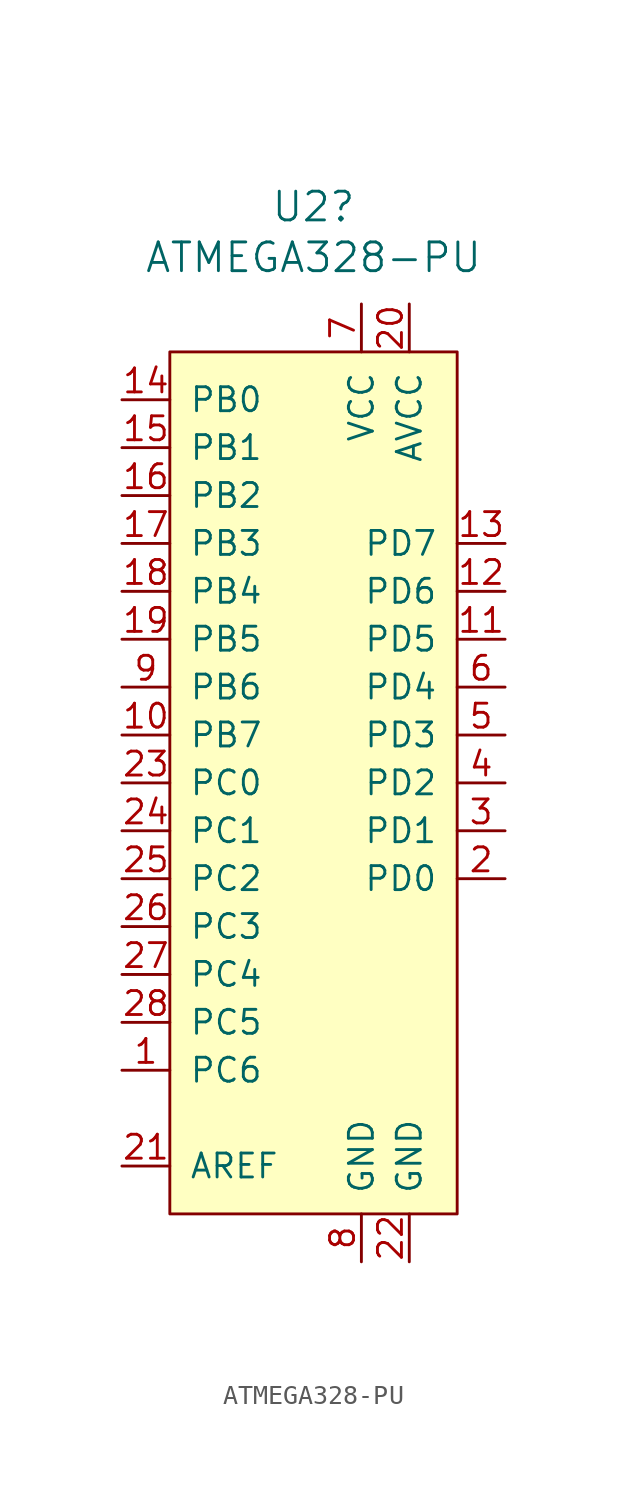
<source format=kicad_sym>
(kicad_symbol_lib
  (version 20211014)
  (generator kicad_symbol_editor)
  (symbol "ATMEGA328-PU"
    (pin_names
      (offset 1.016))
    (property "Reference" "U2"
      (at -2.54 35.636 0)
      (effects (font (size 1.524 1.524))))
    (property "Value" "ATMEGA328-PU"
      (at -2.54 32.944 0)
      (effects (font (size 1.524 1.524))))
    (symbol "ATMEGA328-PU_0_1"
      (rectangle (start -10.16 27.94) (end 5.08 -17.78) (stroke (width 0) (type default) (color 0 0 0 0)) (fill (type background))))
    (symbol "ATMEGA328-PU_1_1"
      (pin bidirectional line (at -12.7 -10.16 0) (length 2.54) (name "PC6" (effects (font (size 1.27 1.27)))) (number "1" (effects (font (size 1.27 1.27)))))
      (pin bidirectional line (at -12.7 7.62 0) (length 2.54) (name "PB7" (effects (font (size 1.27 1.27)))) (number "10" (effects (font (size 1.27 1.27)))))
      (pin bidirectional line (at 7.62 12.7 180) (length 2.54) (name "PD5" (effects (font (size 1.27 1.27)))) (number "11" (effects (font (size 1.27 1.27)))))
      (pin bidirectional line (at 7.62 15.24 180) (length 2.54) (name "PD6" (effects (font (size 1.27 1.27)))) (number "12" (effects (font (size 1.27 1.27)))))
      (pin bidirectional line (at 7.62 17.78 180) (length 2.54) (name "PD7" (effects (font (size 1.27 1.27)))) (number "13" (effects (font (size 1.27 1.27)))))
      (pin bidirectional line (at -12.7 25.4 0) (length 2.54) (name "PB0" (effects (font (size 1.27 1.27)))) (number "14" (effects (font (size 1.27 1.27)))))
      (pin bidirectional line (at -12.7 22.86 0) (length 2.54) (name "PB1" (effects (font (size 1.27 1.27)))) (number "15" (effects (font (size 1.27 1.27)))))
      (pin bidirectional line (at -12.7 20.32 0) (length 2.54) (name "PB2" (effects (font (size 1.27 1.27)))) (number "16" (effects (font (size 1.27 1.27)))))
      (pin bidirectional line (at -12.7 17.78 0) (length 2.54) (name "PB3" (effects (font (size 1.27 1.27)))) (number "17" (effects (font (size 1.27 1.27)))))
      (pin bidirectional line (at -12.7 15.24 0) (length 2.54) (name "PB4" (effects (font (size 1.27 1.27)))) (number "18" (effects (font (size 1.27 1.27)))))
      (pin bidirectional line (at -12.7 12.7 0) (length 2.54) (name "PB5" (effects (font (size 1.27 1.27)))) (number "19" (effects (font (size 1.27 1.27)))))
      (pin bidirectional line (at 7.62 0 180) (length 2.54) (name "PD0" (effects (font (size 1.27 1.27)))) (number "2" (effects (font (size 1.27 1.27)))))
      (pin power_in line (at 2.54 30.48 270) (length 2.54) (name "AVCC" (effects (font (size 1.27 1.27)))) (number "20" (effects (font (size 1.27 1.27)))))
      (pin input line (at -12.7 -15.24 0) (length 2.54) (name "AREF" (effects (font (size 1.27 1.27)))) (number "21" (effects (font (size 1.27 1.27)))))
      (pin power_in line (at 2.54 -20.32 90) (length 2.54) (name "GND" (effects (font (size 1.27 1.27)))) (number "22" (effects (font (size 1.27 1.27)))))
      (pin bidirectional line (at -12.7 5.08 0) (length 2.54) (name "PC0" (effects (font (size 1.27 1.27)))) (number "23" (effects (font (size 1.27 1.27)))))
      (pin bidirectional line (at -12.7 2.54 0) (length 2.54) (name "PC1" (effects (font (size 1.27 1.27)))) (number "24" (effects (font (size 1.27 1.27)))))
      (pin bidirectional line (at -12.7 0 0) (length 2.54) (name "PC2" (effects (font (size 1.27 1.27)))) (number "25" (effects (font (size 1.27 1.27)))))
      (pin bidirectional line (at -12.7 -2.54 0) (length 2.54) (name "PC3" (effects (font (size 1.27 1.27)))) (number "26" (effects (font (size 1.27 1.27)))))
      (pin bidirectional line (at -12.7 -5.08 0) (length 2.54) (name "PC4" (effects (font (size 1.27 1.27)))) (number "27" (effects (font (size 1.27 1.27)))))
      (pin bidirectional line (at -12.7 -7.62 0) (length 2.54) (name "PC5" (effects (font (size 1.27 1.27)))) (number "28" (effects (font (size 1.27 1.27)))))
      (pin bidirectional line (at 7.62 2.54 180) (length 2.54) (name "PD1" (effects (font (size 1.27 1.27)))) (number "3" (effects (font (size 1.27 1.27)))))
      (pin bidirectional line (at 7.62 5.08 180) (length 2.54) (name "PD2" (effects (font (size 1.27 1.27)))) (number "4" (effects (font (size 1.27 1.27)))))
      (pin bidirectional line (at 7.62 7.62 180) (length 2.54) (name "PD3" (effects (font (size 1.27 1.27)))) (number "5" (effects (font (size 1.27 1.27)))))
      (pin bidirectional line (at 7.62 10.16 180) (length 2.54) (name "PD4" (effects (font (size 1.27 1.27)))) (number "6" (effects (font (size 1.27 1.27)))))
      (pin power_in line (at 0 30.48 270) (length 2.54) (name "VCC" (effects (font (size 1.27 1.27)))) (number "7" (effects (font (size 1.27 1.27)))))
      (pin power_in line (at 0 -20.32 90) (length 2.54) (name "GND" (effects (font (size 1.27 1.27)))) (number "8" (effects (font (size 1.27 1.27)))))
      (pin bidirectional line (at -12.7 10.16 0) (length 2.54) (name "PB6" (effects (font (size 1.27 1.27)))) (number "9" (effects (font (size 1.27 1.27))))))))
</source>
